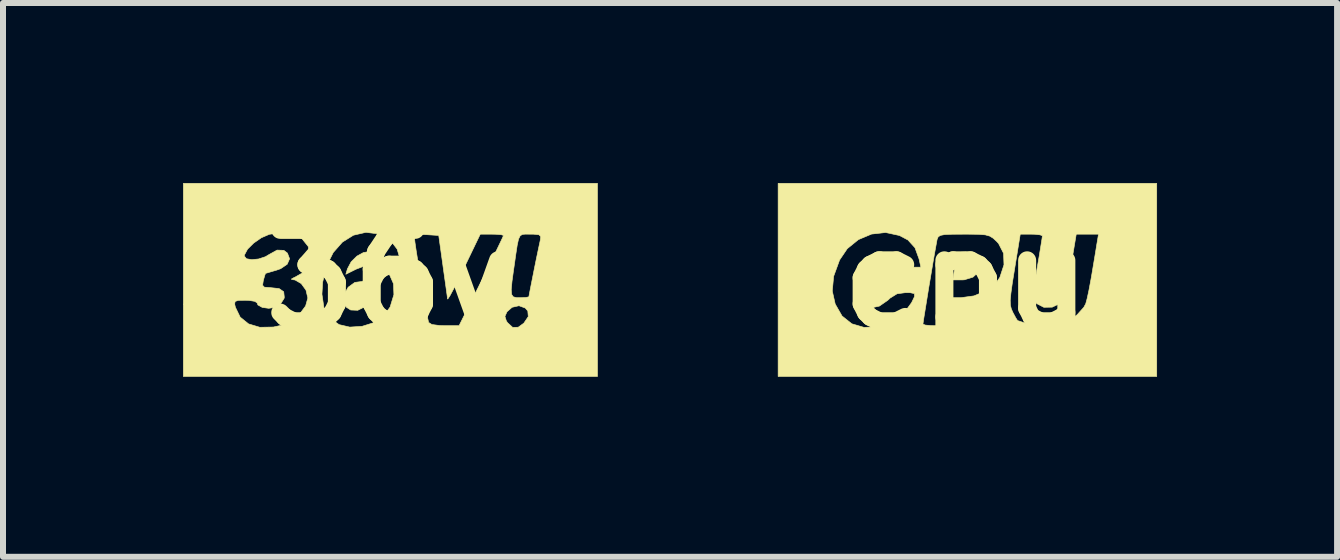
<source format=kicad_pcb>
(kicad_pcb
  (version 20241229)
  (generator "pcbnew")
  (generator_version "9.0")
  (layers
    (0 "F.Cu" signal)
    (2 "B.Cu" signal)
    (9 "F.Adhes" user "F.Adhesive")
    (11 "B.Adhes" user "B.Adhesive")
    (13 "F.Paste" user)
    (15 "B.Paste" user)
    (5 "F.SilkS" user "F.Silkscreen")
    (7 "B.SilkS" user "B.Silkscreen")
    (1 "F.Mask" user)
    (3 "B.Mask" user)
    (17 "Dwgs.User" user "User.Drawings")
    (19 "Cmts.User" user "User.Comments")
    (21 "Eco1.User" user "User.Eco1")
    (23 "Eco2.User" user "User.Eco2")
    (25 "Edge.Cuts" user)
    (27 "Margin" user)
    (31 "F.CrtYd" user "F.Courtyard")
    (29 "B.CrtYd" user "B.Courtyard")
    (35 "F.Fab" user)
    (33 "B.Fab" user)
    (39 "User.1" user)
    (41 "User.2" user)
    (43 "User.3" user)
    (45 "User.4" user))
  (footprint "cpu"
    (layer "F.Cu")
    (at 13.048 1.614)
    (property "Reference" "cpu" (at 0 0 0) (layer "F.SilkS") (effects (font (size 1.524 1.524) (thickness 0.3))))
    (attr through_hole)
    (fp_poly (pts (xy 0.144 -0.444) (xy 0.229 -0.376) (xy 0.254 -0.267) (xy 0.216 -0.141) (xy 0.114 -0.047) (xy -0.031 -0.002) (xy -0.069 0) (xy -0.223 0) (xy -0.197 -0.159) (xy -0.179 -0.284) (xy -0.17 -0.382) (xy -0.17 -0.392) (xy -0.149 -0.442) (xy -0.076 -0.463) (xy -0.008 -0.466) (xy 0.144 -0.444)) (stroke (width 0.01) (type solid)) (fill yes) (layer "F.SilkS"))
    (fp_poly (pts (xy 3.175 1.609) (xy -3.133 1.609) (xy -3.133 0.185) (xy -2.231 0.185) (xy -2.182 0.402) (xy -2.068 0.601) (xy -1.905 0.731) (xy -1.701 0.791) (xy -1.462 0.778) (xy -1.388 0.76) (xy -1.335 0.736) (xy -0.72 0.736) (xy -0.682 0.752) (xy -0.586 0.761) (xy -0.532 0.762) (xy -0.345 0.762) (xy -0.316 0.529) (xy -0.292 0.34) (xy 0.734 0.34) (xy 0.737 0.421) (xy 0.752 0.482) (xy 0.778 0.541) (xy 0.779 0.543) (xy 0.827 0.632) (xy 0.856 0.677) (xy 0.858 0.678) (xy 0.9 0.691) (xy 0.994 0.724) (xy 1.037 0.74) (xy 1.205 0.789) (xy 1.346 0.798) (xy 1.508 0.767) (xy 1.533 0.76) (xy 1.697 0.689) (xy 1.849 0.58) (xy 1.96 0.456) (xy 1.992 0.397) (xy 2.015 0.312) (xy 2.046 0.169) (xy 2.079 -0.008) (xy 2.094 -0.094) (xy 2.126 -0.285) (xy 2.155 -0.459) (xy 2.176 -0.589) (xy 2.182 -0.624) (xy 2.205 -0.762) (xy 1.834 -0.762) (xy 1.744 -0.222) (xy 1.703 0.013) (xy 1.667 0.179) (xy 1.632 0.289) (xy 1.595 0.358) (xy 1.563 0.392) (xy 1.433 0.454) (xy 1.294 0.456) (xy 1.178 0.396) (xy 1.169 0.386) (xy 1.139 0.348) (xy 1.123 0.301) (xy 1.121 0.229) (xy 1.132 0.117) (xy 1.158 -0.052) (xy 1.183 -0.201) (xy 1.217 -0.398) (xy 1.244 -0.565) (xy 1.263 -0.683) (xy 1.27 -0.735) (xy 1.27 -0.735) (xy 1.232 -0.751) (xy 1.137 -0.761) (xy 1.086 -0.762) (xy 0.901 -0.762) (xy 0.806 -0.177) (xy 0.768 0.058) (xy 0.745 0.225) (xy 0.734 0.34) (xy -0.292 0.34) (xy -0.287 0.296) (xy -0.089 0.296) (xy 0.13 0.266) (xy 0.33 0.183) (xy 0.488 0.061) (xy 0.561 -0.042) (xy 0.63 -0.252) (xy 0.623 -0.443) (xy 0.54 -0.606) (xy 0.511 -0.638) (xy 0.451 -0.694) (xy 0.393 -0.73) (xy 0.318 -0.751) (xy 0.204 -0.76) (xy 0.032 -0.762) (xy -0.038 -0.762) (xy -0.232 -0.761) (xy -0.357 -0.756) (xy -0.429 -0.742) (xy -0.466 -0.718) (xy -0.483 -0.679) (xy -0.486 -0.667) (xy -0.499 -0.595) (xy -0.523 -0.462) (xy -0.554 -0.286) (xy -0.588 -0.082) (xy -0.624 0.13) (xy -0.657 0.335) (xy -0.686 0.514) (xy -0.708 0.65) (xy -0.719 0.727) (xy -0.72 0.736) (xy -1.335 0.736) (xy -1.194 0.672) (xy -1.021 0.531) (xy -0.909 0.378) (xy -0.86 0.276) (xy -0.863 0.228) (xy -0.931 0.213) (xy -1.013 0.212) (xy -1.152 0.231) (xy -1.268 0.303) (xy -1.306 0.339) (xy -1.446 0.436) (xy -1.588 0.467) (xy -1.716 0.433) (xy -1.809 0.338) (xy -1.842 0.25) (xy -1.85 0.07) (xy -1.803 -0.11) (xy -1.715 -0.272) (xy -1.596 -0.395) (xy -1.46 -0.46) (xy -1.408 -0.466) (xy -1.293 -0.438) (xy -1.195 -0.371) (xy -1.145 -0.286) (xy -1.143 -0.269) (xy -1.109 -0.23) (xy -1.002 -0.213) (xy -0.949 -0.212) (xy -0.755 -0.212) (xy -0.785 -0.349) (xy -0.853 -0.536) (xy -0.97 -0.665) (xy -1.111 -0.74) (xy -1.342 -0.79) (xy -1.576 -0.764) (xy -1.795 -0.672) (xy -1.981 -0.521) (xy -2.109 -0.332) (xy -2.208 -0.061) (xy -2.231 0.185) (xy -3.133 0.185) (xy -3.133 -1.609) (xy 3.175 -1.609) (xy 3.175 1.609)) (stroke (width 0.01) (type solid)) (fill yes) (layer "F.SilkS")))
  (footprint "36v"
    (layer "F.Cu")
    (at 3.434 1.614)
    (property "Reference" "36v" (at 0 0 0) (layer "F.SilkS") (effects (font (size 1.524 1.524) (thickness 0.3))))
    (attr through_hole)
    (fp_poly (pts (xy -0.333 0.07) (xy -0.283 0.165) (xy -0.297 0.294) (xy -0.315 0.333) (xy -0.407 0.447) (xy -0.523 0.506) (xy -0.641 0.501) (xy -0.711 0.457) (xy -0.76 0.356) (xy -0.747 0.235) (xy -0.683 0.122) (xy -0.576 0.044) (xy -0.569 0.041) (xy -0.433 0.023) (xy -0.333 0.07)) (stroke (width 0.01) (type solid)) (fill yes) (layer "F.SilkS"))
    (fp_poly (pts (xy 3.471 1.609) (xy -3.429 1.609) (xy -3.429 0.404) (xy -2.574 0.404) (xy -2.562 0.455) (xy -2.482 0.62) (xy -2.342 0.733) (xy -2.155 0.789) (xy -1.929 0.785) (xy -1.801 0.757) (xy -1.635 0.683) (xy -1.492 0.568) (xy -1.392 0.434) (xy -1.355 0.301) (xy -1.37 0.238) (xy -1.12 0.238) (xy -1.087 0.462) (xy -0.994 0.629) (xy -0.838 0.742) (xy -0.833 0.745) (xy -0.656 0.786) (xy -0.451 0.773) (xy -0.253 0.711) (xy -0.19 0.677) (xy -0.076 0.578) (xy 0.013 0.456) (xy 0.017 0.448) (xy 0.079 0.245) (xy 0.072 0.063) (xy 0.007 -0.085) (xy -0.108 -0.189) (xy -0.26 -0.239) (xy -0.441 -0.221) (xy -0.551 -0.179) (xy -0.722 -0.094) (xy -0.695 -0.185) (xy -0.633 -0.302) (xy -0.538 -0.396) (xy -0.429 -0.456) (xy -0.326 -0.473) (xy -0.249 -0.438) (xy -0.227 -0.402) (xy -0.176 -0.363) (xy -0.081 -0.341) (xy 0.028 -0.337) (xy 0.122 -0.351) (xy 0.168 -0.384) (xy 0.169 -0.392) (xy 0.133 -0.513) (xy 0.04 -0.635) (xy -0.033 -0.691) (xy 0.423 -0.691) (xy 0.43 -0.626) (xy 0.449 -0.496) (xy 0.477 -0.319) (xy 0.51 -0.114) (xy 0.546 0.102) (xy 0.582 0.31) (xy 0.615 0.493) (xy 0.64 0.63) (xy 0.657 0.706) (xy 0.658 0.709) (xy 0.712 0.743) (xy 0.843 0.76) (xy 0.92 0.762) (xy 1.165 0.762) (xy 1.242 0.608) (xy 1.929 0.608) (xy 1.952 0.681) (xy 1.971 0.711) (xy 2.058 0.791) (xy 2.151 0.788) (xy 2.244 0.72) (xy 2.318 0.611) (xy 2.31 0.517) (xy 2.267 0.468) (xy 2.163 0.43) (xy 2.048 0.456) (xy 1.963 0.531) (xy 1.929 0.608) (xy 1.242 0.608) (xy 1.466 0.16) (xy 2.034 0.16) (xy 2.04 0.241) (xy 2.067 0.281) (xy 2.119 0.295) (xy 2.18 0.296) (xy 2.278 0.292) (xy 2.327 0.282) (xy 2.328 0.28) (xy 2.336 0.234) (xy 2.357 0.125) (xy 2.387 -0.026) (xy 2.421 -0.197) (xy 2.456 -0.369) (xy 2.488 -0.521) (xy 2.512 -0.633) (xy 2.519 -0.667) (xy 2.525 -0.725) (xy 2.494 -0.753) (xy 2.406 -0.762) (xy 2.352 -0.762) (xy 2.275 -0.763) (xy 2.221 -0.759) (xy 2.183 -0.735) (xy 2.156 -0.681) (xy 2.134 -0.582) (xy 2.11 -0.425) (xy 2.078 -0.199) (xy 2.075 -0.182) (xy 2.047 0.023) (xy 2.034 0.16) (xy 1.466 0.16) (xy 1.535 0.021) (xy 1.649 -0.208) (xy 1.749 -0.411) (xy 1.828 -0.575) (xy 1.882 -0.688) (xy 1.905 -0.74) (xy 1.905 -0.741) (xy 1.867 -0.754) (xy 1.771 -0.761) (xy 1.712 -0.762) (xy 1.518 -0.762) (xy 1.248 -0.201) (xy 1.154 -0.008) (xy 1.073 0.151) (xy 1.013 0.263) (xy 0.978 0.316) (xy 0.973 0.318) (xy 0.966 0.261) (xy 0.949 0.139) (xy 0.925 -0.031) (xy 0.897 -0.231) (xy 0.897 -0.233) (xy 0.826 -0.741) (xy 0.624 -0.754) (xy 0.501 -0.757) (xy 0.441 -0.741) (xy 0.424 -0.7) (xy 0.423 -0.691) (xy -0.033 -0.691) (xy -0.085 -0.732) (xy -0.163 -0.765) (xy -0.387 -0.793) (xy -0.595 -0.745) (xy -0.779 -0.63) (xy -0.932 -0.456) (xy -1.044 -0.231) (xy -1.108 0.036) (xy -1.12 0.238) (xy -1.37 0.238) (xy -1.386 0.17) (xy -1.465 0.061) (xy -1.568 0.001) (xy -1.598 -0.003) (xy -1.631 -0.013) (xy -1.584 -0.04) (xy -1.567 -0.047) (xy -1.414 -0.134) (xy -1.333 -0.25) (xy -1.312 -0.389) (xy -1.349 -0.558) (xy -1.451 -0.685) (xy -1.605 -0.765) (xy -1.799 -0.789) (xy -1.997 -0.76) (xy -2.129 -0.703) (xy -2.257 -0.614) (xy -2.359 -0.513) (xy -2.41 -0.418) (xy -2.413 -0.398) (xy -2.378 -0.353) (xy -2.29 -0.338) (xy -2.176 -0.349) (xy -2.063 -0.386) (xy -2.001 -0.423) (xy -1.867 -0.497) (xy -1.755 -0.493) (xy -1.695 -0.447) (xy -1.659 -0.352) (xy -1.699 -0.261) (xy -1.808 -0.187) (xy -1.876 -0.163) (xy -1.985 -0.131) (xy -2.052 -0.111) (xy -2.06 -0.109) (xy -2.074 -0.071) (xy -2.097 0.011) (xy -2.109 0.089) (xy -2.079 0.121) (xy -1.984 0.128) (xy -1.984 0.128) (xy -1.834 0.144) (xy -1.757 0.197) (xy -1.747 0.289) (xy -1.751 0.309) (xy -1.816 0.41) (xy -1.894 0.456) (xy -2.006 0.473) (xy -2.114 0.458) (xy -2.187 0.417) (xy -2.201 0.382) (xy -2.239 0.357) (xy -2.335 0.341) (xy -2.396 0.339) (xy -2.515 0.341) (xy -2.567 0.359) (xy -2.574 0.404) (xy -3.429 0.404) (xy -3.429 -1.609) (xy 3.471 -1.609) (xy 3.471 1.609)) (stroke (width 0.01) (type solid)) (fill yes) (layer "F.SilkS")))
  (gr_rect
    (start -3 -3)
    (end 19.228 6.227)
    (stroke (width 0.1) (type default))
    (fill no)
    (layer "Edge.Cuts")))
</source>
